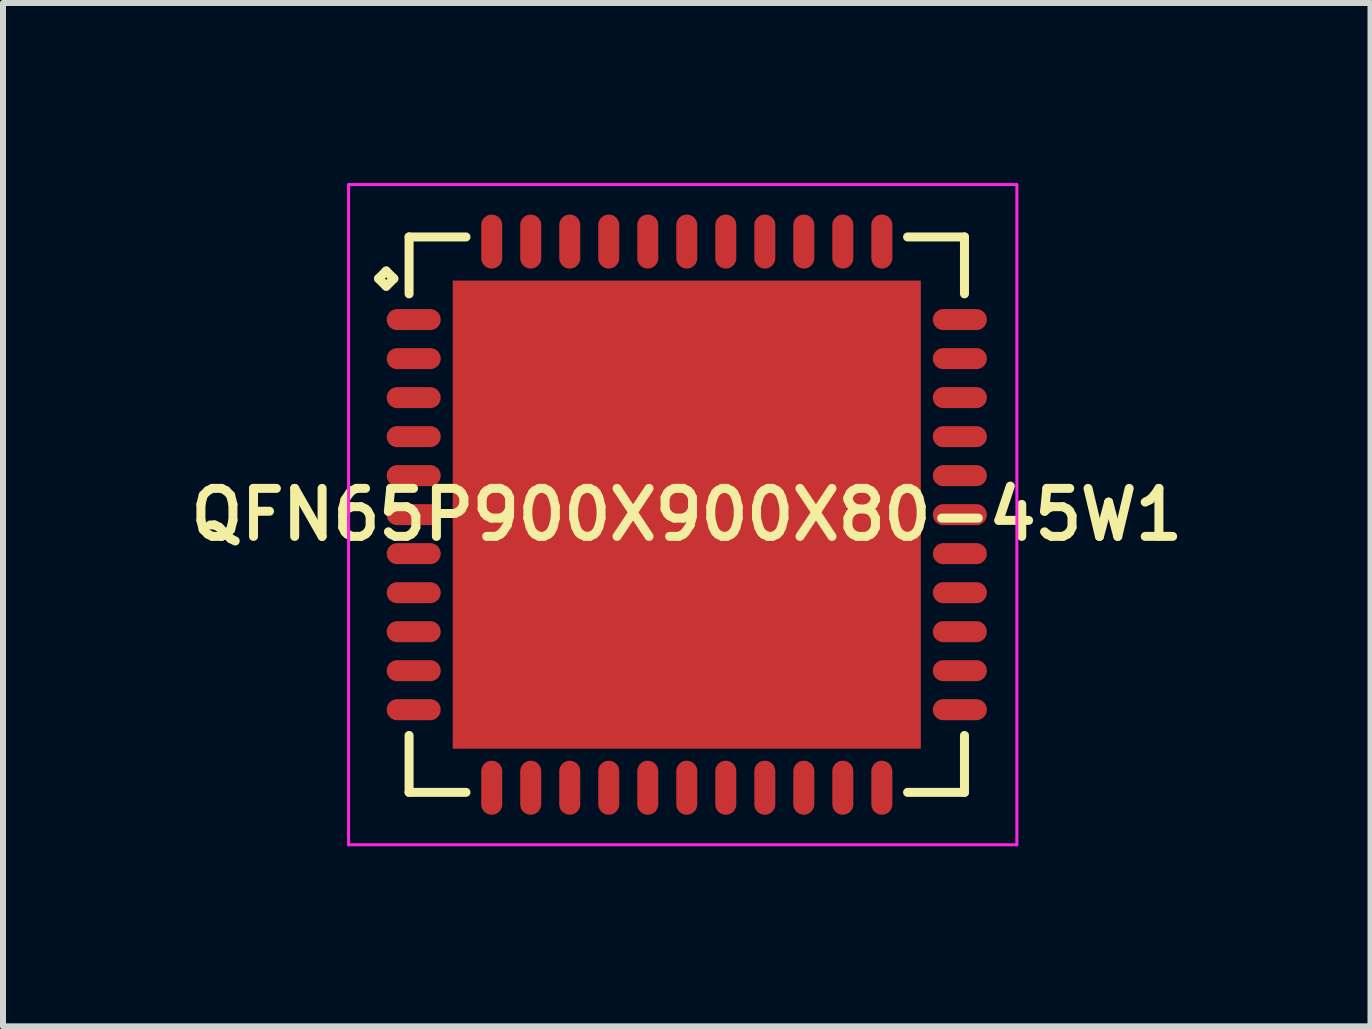
<source format=kicad_pcb>
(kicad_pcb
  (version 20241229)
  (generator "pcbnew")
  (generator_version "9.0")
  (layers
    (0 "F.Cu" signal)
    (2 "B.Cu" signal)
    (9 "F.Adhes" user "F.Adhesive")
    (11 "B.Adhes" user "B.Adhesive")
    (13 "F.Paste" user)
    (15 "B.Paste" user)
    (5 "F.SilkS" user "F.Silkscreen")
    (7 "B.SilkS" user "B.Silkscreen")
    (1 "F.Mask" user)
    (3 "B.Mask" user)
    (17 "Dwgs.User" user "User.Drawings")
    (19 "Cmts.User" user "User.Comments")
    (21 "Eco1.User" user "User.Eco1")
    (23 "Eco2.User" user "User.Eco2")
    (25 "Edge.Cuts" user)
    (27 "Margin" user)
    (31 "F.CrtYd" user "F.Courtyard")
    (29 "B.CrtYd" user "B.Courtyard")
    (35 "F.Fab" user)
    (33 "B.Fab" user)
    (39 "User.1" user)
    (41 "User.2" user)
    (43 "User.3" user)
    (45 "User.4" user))
  (footprint "QFN65P900X900X80-45W1"
    (layer "F.Cu")
    (at 8.393 5.525)
    (property "Reference" "QFN65P900X900X80-45W1" (at 0 0 0) (layer "F.SilkS") (effects (font (size 0.8 0.8) (thickness 0.15))))
    (attr smd)
    (fp_line (start -5.135 -3.933) (end -5.008 -4.06) (stroke (width 0.15) (type solid)) (layer "F.SilkS"))
    (fp_line (start -5.008 -4.06) (end -4.881 -3.933) (stroke (width 0.15) (type solid)) (layer "F.SilkS"))
    (fp_line (start -5.008 -3.806) (end -5.135 -3.933) (stroke (width 0.15) (type solid)) (layer "F.SilkS"))
    (fp_line (start -4.881 -3.933) (end -5.008 -3.806) (stroke (width 0.15) (type solid)) (layer "F.SilkS"))
    (fp_line (start -4.627 -4.627) (end -3.679 -4.627) (stroke (width 0.15) (type solid)) (layer "F.SilkS"))
    (fp_line (start -4.627 -3.679) (end -4.627 -4.627) (stroke (width 0.15) (type solid)) (layer "F.SilkS"))
    (fp_line (start -4.627 3.679) (end -4.627 4.627) (stroke (width 0.15) (type solid)) (layer "F.SilkS"))
    (fp_line (start -4.627 4.627) (end -3.679 4.627) (stroke (width 0.15) (type solid)) (layer "F.SilkS"))
    (fp_line (start 3.679 -4.627) (end 4.627 -4.627) (stroke (width 0.15) (type solid)) (layer "F.SilkS"))
    (fp_line (start 3.679 4.627) (end 4.627 4.627) (stroke (width 0.15) (type solid)) (layer "F.SilkS"))
    (fp_line (start 4.627 -4.627) (end 4.627 -3.679) (stroke (width 0.15) (type solid)) (layer "F.SilkS"))
    (fp_line (start 4.627 4.627) (end 4.627 3.679) (stroke (width 0.15) (type solid)) (layer "F.SilkS"))
    (fp_line (start -5.635 -5.5) (end 5.5 -5.5) (stroke (width 0.05) (type solid)) (layer "F.CrtYd"))
    (fp_line (start -5.635 5.5) (end -5.635 -5.5) (stroke (width 0.05) (type solid)) (layer "F.CrtYd"))
    (fp_line (start 5.5 -5.5) (end 5.5 5.5) (stroke (width 0.05) (type solid)) (layer "F.CrtYd"))
    (fp_line (start 5.5 5.5) (end -5.635 5.5) (stroke (width 0.05) (type solid)) (layer "F.CrtYd"))
    (pad "1" smd oval (at -4.55 -3.25) (size 0.9 0.35) (layers "F.Cu" "F.Mask" "F.Paste"))
    (pad "2" smd oval (at -4.55 -2.6) (size 0.9 0.35) (layers "F.Cu" "F.Mask" "F.Paste"))
    (pad "3" smd oval (at -4.55 -1.95) (size 0.9 0.35) (layers "F.Cu" "F.Mask" "F.Paste"))
    (pad "4" smd oval (at -4.55 -1.3) (size 0.9 0.35) (layers "F.Cu" "F.Mask" "F.Paste"))
    (pad "5" smd oval (at -4.55 -0.65) (size 0.9 0.35) (layers "F.Cu" "F.Mask" "F.Paste"))
    (pad "6" smd oval (at -4.55 0) (size 0.9 0.35) (layers "F.Cu" "F.Mask" "F.Paste"))
    (pad "7" smd oval (at -4.55 0.65) (size 0.9 0.35) (layers "F.Cu" "F.Mask" "F.Paste"))
    (pad "8" smd oval (at -4.55 1.3) (size 0.9 0.35) (layers "F.Cu" "F.Mask" "F.Paste"))
    (pad "9" smd oval (at -4.55 1.95) (size 0.9 0.35) (layers "F.Cu" "F.Mask" "F.Paste"))
    (pad "10" smd oval (at -4.55 2.6) (size 0.9 0.35) (layers "F.Cu" "F.Mask" "F.Paste"))
    (pad "11" smd oval (at -4.55 3.25) (size 0.9 0.35) (layers "F.Cu" "F.Mask" "F.Paste"))
    (pad "12" smd oval (at -3.25 4.55) (size 0.35 0.9) (layers "F.Cu" "F.Mask" "F.Paste"))
    (pad "13" smd oval (at -2.6 4.55) (size 0.35 0.9) (layers "F.Cu" "F.Mask" "F.Paste"))
    (pad "14" smd oval (at -1.95 4.55) (size 0.35 0.9) (layers "F.Cu" "F.Mask" "F.Paste"))
    (pad "15" smd oval (at -1.3 4.55) (size 0.35 0.9) (layers "F.Cu" "F.Mask" "F.Paste"))
    (pad "16" smd oval (at -0.65 4.55) (size 0.35 0.9) (layers "F.Cu" "F.Mask" "F.Paste"))
    (pad "17" smd oval (at 0 4.55) (size 0.35 0.9) (layers "F.Cu" "F.Mask" "F.Paste"))
    (pad "18" smd oval (at 0.65 4.55) (size 0.35 0.9) (layers "F.Cu" "F.Mask" "F.Paste"))
    (pad "19" smd oval (at 1.3 4.55) (size 0.35 0.9) (layers "F.Cu" "F.Mask" "F.Paste"))
    (pad "20" smd oval (at 1.95 4.55) (size 0.35 0.9) (layers "F.Cu" "F.Mask" "F.Paste"))
    (pad "21" smd oval (at 2.6 4.55) (size 0.35 0.9) (layers "F.Cu" "F.Mask" "F.Paste"))
    (pad "22" smd oval (at 3.25 4.55) (size 0.35 0.9) (layers "F.Cu" "F.Mask" "F.Paste"))
    (pad "23" smd oval (at 4.55 3.25) (size 0.9 0.35) (layers "F.Cu" "F.Mask" "F.Paste"))
    (pad "24" smd oval (at 4.55 2.6) (size 0.9 0.35) (layers "F.Cu" "F.Mask" "F.Paste"))
    (pad "25" smd oval (at 4.55 1.95) (size 0.9 0.35) (layers "F.Cu" "F.Mask" "F.Paste"))
    (pad "26" smd oval (at 4.55 1.3) (size 0.9 0.35) (layers "F.Cu" "F.Mask" "F.Paste"))
    (pad "27" smd oval (at 4.55 0.65) (size 0.9 0.35) (layers "F.Cu" "F.Mask" "F.Paste"))
    (pad "28" smd oval (at 4.55 0) (size 0.9 0.35) (layers "F.Cu" "F.Mask" "F.Paste"))
    (pad "29" smd oval (at 4.55 -0.65) (size 0.9 0.35) (layers "F.Cu" "F.Mask" "F.Paste"))
    (pad "30" smd oval (at 4.55 -1.3) (size 0.9 0.35) (layers "F.Cu" "F.Mask" "F.Paste"))
    (pad "31" smd oval (at 4.55 -1.95) (size 0.9 0.35) (layers "F.Cu" "F.Mask" "F.Paste"))
    (pad "32" smd oval (at 4.55 -2.6) (size 0.9 0.35) (layers "F.Cu" "F.Mask" "F.Paste"))
    (pad "33" smd oval (at 4.55 -3.25) (size 0.9 0.35) (layers "F.Cu" "F.Mask" "F.Paste"))
    (pad "34" smd oval (at 3.25 -4.55) (size 0.35 0.9) (layers "F.Cu" "F.Mask" "F.Paste"))
    (pad "35" smd oval (at 2.6 -4.55) (size 0.35 0.9) (layers "F.Cu" "F.Mask" "F.Paste"))
    (pad "36" smd oval (at 1.95 -4.55) (size 0.35 0.9) (layers "F.Cu" "F.Mask" "F.Paste"))
    (pad "37" smd oval (at 1.3 -4.55) (size 0.35 0.9) (layers "F.Cu" "F.Mask" "F.Paste"))
    (pad "38" smd oval (at 0.65 -4.55) (size 0.35 0.9) (layers "F.Cu" "F.Mask" "F.Paste"))
    (pad "39" smd oval (at 0 -4.55) (size 0.35 0.9) (layers "F.Cu" "F.Mask" "F.Paste"))
    (pad "40" smd oval (at -0.65 -4.55) (size 0.35 0.9) (layers "F.Cu" "F.Mask" "F.Paste"))
    (pad "41" smd oval (at -1.3 -4.55) (size 0.35 0.9) (layers "F.Cu" "F.Mask" "F.Paste"))
    (pad "42" smd oval (at -1.95 -4.55) (size 0.35 0.9) (layers "F.Cu" "F.Mask" "F.Paste"))
    (pad "43" smd oval (at -2.6 -4.55) (size 0.35 0.9) (layers "F.Cu" "F.Mask" "F.Paste"))
    (pad "44" smd oval (at -3.25 -4.55) (size 0.35 0.9) (layers "F.Cu" "F.Mask" "F.Paste"))
    (pad "45" smd rect (at 0 0) (size 7.8 7.8) (layers "F.Cu" "F.Mask" "F.Paste")))
  (gr_rect
    (start -3 -3)
    (end 19.785 14.05)
    (stroke (width 0.1) (type default))
    (fill no)
    (layer "Edge.Cuts")))
</source>
